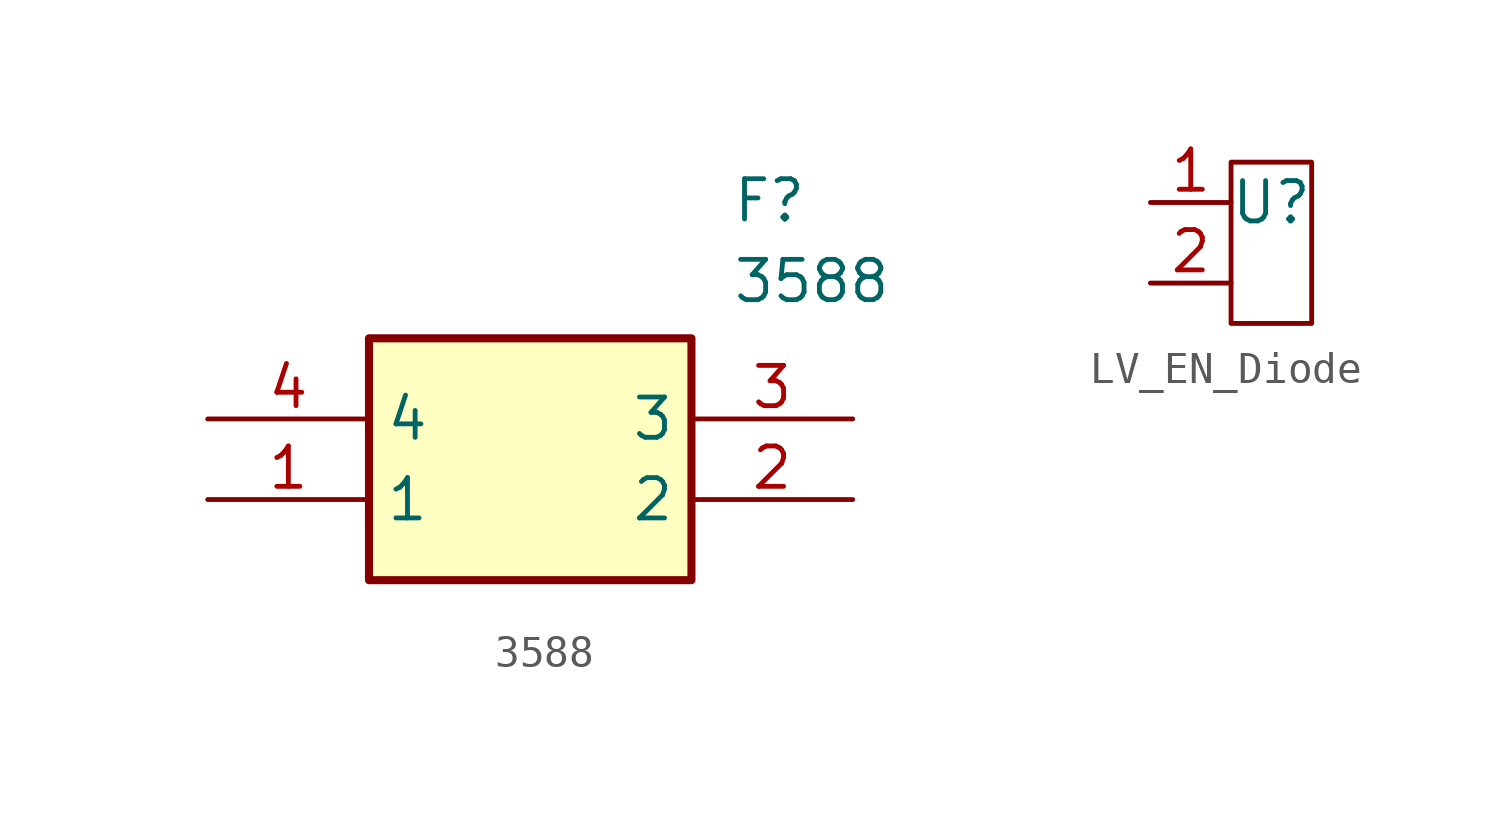
<source format=kicad_sym>
(kicad_symbol_lib
  (version 20241209)
  (generator "kicad_symbol_editor")
  (generator_version "9.0")
  (symbol "3588"
    (property "Reference" "F"
      (at 16.51 7.62 0)
      (effects (font (size 1.27 1.27)) (justify left top)))
    (property "Value" "3588"
      (at 16.51 5.08 0)
      (effects (font (size 1.27 1.27)) (justify left top)))
    (symbol "3588_1_1"
      (rectangle (start 5.08 2.54) (end 15.24 -5.08) (stroke (width 0.254) (type default)) (fill (type background)))
      (pin passive line (at 0 0 0) (length 5.08) (name "4" (effects (font (size 1.27 1.27)))) (number "4" (effects (font (size 1.27 1.27)))))
      (pin passive line (at 0 -2.54 0) (length 5.08) (name "1" (effects (font (size 1.27 1.27)))) (number "1" (effects (font (size 1.27 1.27)))))
      (pin passive line (at 20.32 0 180) (length 5.08) (name "3" (effects (font (size 1.27 1.27)))) (number "3" (effects (font (size 1.27 1.27)))))
      (pin passive line (at 20.32 -2.54 180) (length 5.08) (name "2" (effects (font (size 1.27 1.27)))) (number "2" (effects (font (size 1.27 1.27)))))))
  (symbol "LV_EN_Diode"
    (property "Reference" "U"
      (at 0 0 0)
      (effects (font (size 1.27 1.27))))
    (property "Value" ""
      (at 0 0 0)
      (effects (font (size 1.27 1.27))))
    (symbol "LV_EN_Diode_0_1"
      (rectangle (start -1.27 1.27) (end 1.27 -3.81) (stroke (width 0) (type default)) (fill (type none))))
    (symbol "LV_EN_Diode_1_1"
      (pin input line (at -3.81 0 0) (length 2.54) (name "" (effects (font (size 1.27 1.27)))) (number "1" (effects (font (size 1.27 1.27)))))
      (pin input line (at -3.81 -2.54 0) (length 2.54) (name "" (effects (font (size 1.27 1.27)))) (number "2" (effects (font (size 1.27 1.27))))))))
</source>
